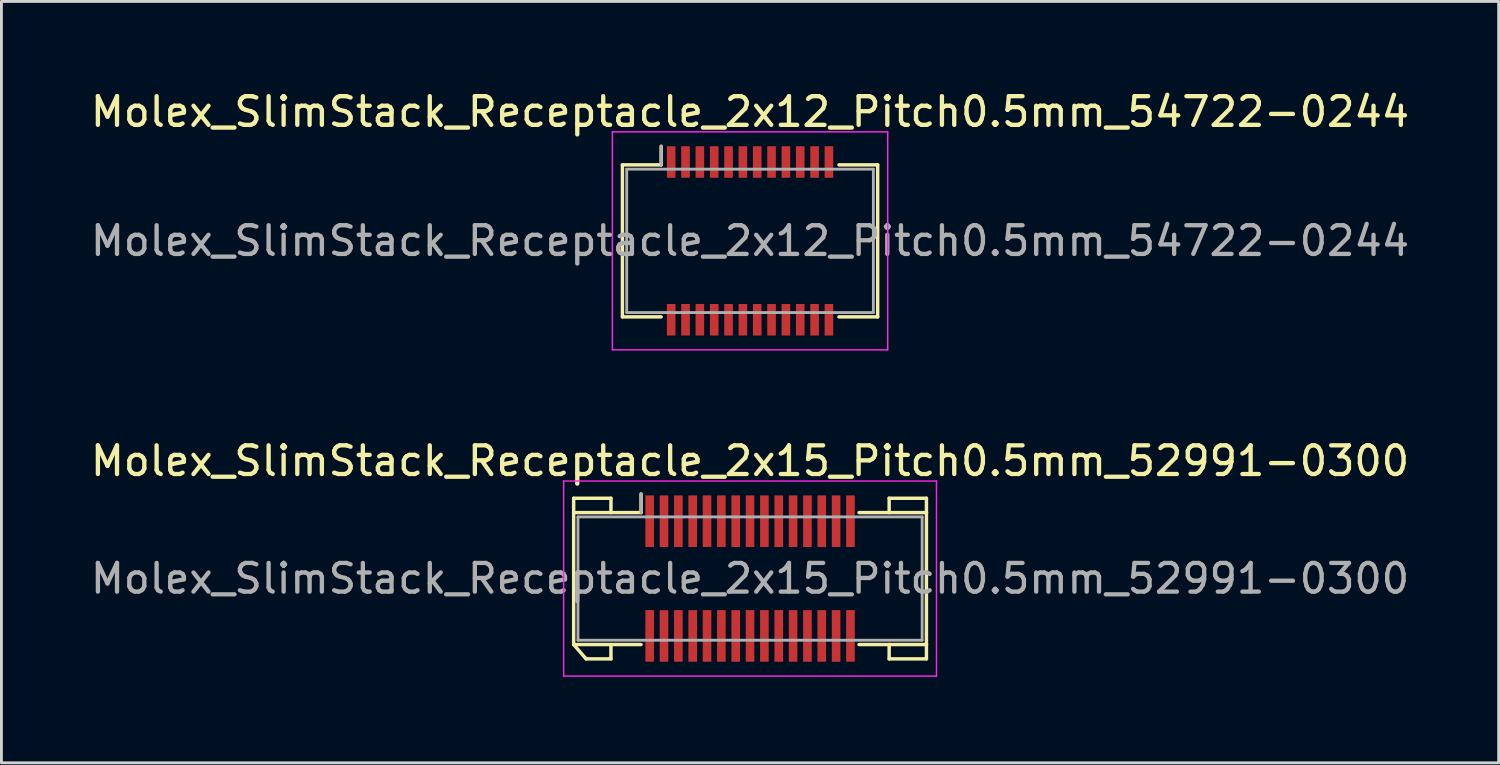
<source format=kicad_pcb>
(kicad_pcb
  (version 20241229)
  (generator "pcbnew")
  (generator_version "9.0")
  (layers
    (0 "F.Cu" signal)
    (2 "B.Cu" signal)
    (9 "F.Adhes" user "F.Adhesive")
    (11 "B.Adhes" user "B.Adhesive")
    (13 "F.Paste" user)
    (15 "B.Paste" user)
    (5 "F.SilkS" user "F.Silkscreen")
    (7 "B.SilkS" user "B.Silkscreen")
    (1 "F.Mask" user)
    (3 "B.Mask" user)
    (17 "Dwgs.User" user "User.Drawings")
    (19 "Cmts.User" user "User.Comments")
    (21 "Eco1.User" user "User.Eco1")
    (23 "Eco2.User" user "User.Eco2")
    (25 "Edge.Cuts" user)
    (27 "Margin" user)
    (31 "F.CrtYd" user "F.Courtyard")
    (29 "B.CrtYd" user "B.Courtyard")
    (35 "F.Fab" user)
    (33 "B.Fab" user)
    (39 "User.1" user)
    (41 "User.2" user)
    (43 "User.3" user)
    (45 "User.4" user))
  (footprint "Molex_SlimStack_Receptacle_2x15_Pitch0.5mm_52991-0300"
    (layer "F.Cu")
    (at 23.101 17.122)
    (property "Reference" "Molex_SlimStack_Receptacle_2x15_Pitch0.5mm_52991-0300" (at 0 -4.1 0) (layer "F.SilkS") (effects (font (size 1 1) (thickness 0.15))))
    (attr smd)
    (fp_line (start -6.15 -2.8) (end -4.85 -2.8) (stroke (width 0.12) (type solid)) (layer "F.SilkS"))
    (fp_line (start -6.15 -2.3) (end -6.15 -2.8) (stroke (width 0.12) (type solid)) (layer "F.SilkS"))
    (fp_line (start -6.15 -2.3) (end -3.8 -2.3) (stroke (width 0.12) (type solid)) (layer "F.SilkS"))
    (fp_line (start -6.15 2.3) (end -6.15 -2.3) (stroke (width 0.12) (type solid)) (layer "F.SilkS"))
    (fp_line (start -6.15 2.3) (end -5.717 2.8) (stroke (width 0.12) (type solid)) (layer "F.SilkS"))
    (fp_line (start -5.717 2.8) (end -4.85 2.8) (stroke (width 0.12) (type solid)) (layer "F.SilkS"))
    (fp_line (start -4.85 -2.8) (end -4.85 -2.3) (stroke (width 0.12) (type solid)) (layer "F.SilkS"))
    (fp_line (start -4.85 2.8) (end -4.85 2.3) (stroke (width 0.12) (type solid)) (layer "F.SilkS"))
    (fp_line (start -3.8 -2.3) (end -3.8 -2.95) (stroke (width 0.12) (type solid)) (layer "F.SilkS"))
    (fp_line (start -3.8 2.3) (end -6.15 2.3) (stroke (width 0.12) (type solid)) (layer "F.SilkS"))
    (fp_line (start 3.8 2.3) (end 6.15 2.3) (stroke (width 0.12) (type solid)) (layer "F.SilkS"))
    (fp_line (start 4.85 -2.8) (end 4.85 -2.3) (stroke (width 0.12) (type solid)) (layer "F.SilkS"))
    (fp_line (start 4.85 2.8) (end 4.85 2.3) (stroke (width 0.12) (type solid)) (layer "F.SilkS"))
    (fp_line (start 6.15 -2.8) (end 4.85 -2.8) (stroke (width 0.12) (type solid)) (layer "F.SilkS"))
    (fp_line (start 6.15 -2.3) (end 3.8 -2.3) (stroke (width 0.12) (type solid)) (layer "F.SilkS"))
    (fp_line (start 6.15 -2.3) (end 6.15 -2.8) (stroke (width 0.12) (type solid)) (layer "F.SilkS"))
    (fp_line (start 6.15 2.3) (end 6.15 -2.3) (stroke (width 0.12) (type solid)) (layer "F.SilkS"))
    (fp_line (start 6.15 2.3) (end 6.15 2.8) (stroke (width 0.12) (type solid)) (layer "F.SilkS"))
    (fp_line (start 6.15 2.8) (end 4.85 2.8) (stroke (width 0.12) (type solid)) (layer "F.SilkS"))
    (fp_line (start -6.5 -3.4) (end -6.5 3.4) (stroke (width 0.05) (type solid)) (layer "F.CrtYd"))
    (fp_line (start -6.5 3.4) (end 6.5 3.4) (stroke (width 0.05) (type solid)) (layer "F.CrtYd"))
    (fp_line (start 6.5 -3.4) (end -6.5 -3.4) (stroke (width 0.05) (type solid)) (layer "F.CrtYd"))
    (fp_line (start 6.5 3.4) (end 6.5 -3.4) (stroke (width 0.05) (type solid)) (layer "F.CrtYd"))
    (fp_line (start -6 -2.15) (end -6 2.15) (stroke (width 0.1) (type solid)) (layer "F.Fab"))
    (fp_line (start -6 2.15) (end 6 2.15) (stroke (width 0.1) (type solid)) (layer "F.Fab"))
    (fp_line (start -3.8 -2.3) (end -3.8 -2.95) (stroke (width 0.1) (type solid)) (layer "F.Fab"))
    (fp_line (start 6 -2.15) (end -6 -2.15) (stroke (width 0.1) (type solid)) (layer "F.Fab"))
    (fp_line (start 6 2.15) (end 6 -2.15) (stroke (width 0.1) (type solid)) (layer "F.Fab"))
    (fp_text user "${REFERENCE}" (at 0 0 0) (layer "F.Fab") (effects (font (size 1 1) (thickness 0.15))))
    (pad "1" smd rect (at -3.5 -2) (size 0.3 1.8) (layers "F.Cu" "F.Mask" "F.Paste"))
    (pad "2" smd rect (at -3.5 2) (size 0.3 1.8) (layers "F.Cu" "F.Mask" "F.Paste"))
    (pad "3" smd rect (at -3 -2) (size 0.3 1.8) (layers "F.Cu" "F.Mask" "F.Paste"))
    (pad "4" smd rect (at -3 2) (size 0.3 1.8) (layers "F.Cu" "F.Mask" "F.Paste"))
    (pad "5" smd rect (at -2.5 -2) (size 0.3 1.8) (layers "F.Cu" "F.Mask" "F.Paste"))
    (pad "6" smd rect (at -2.5 2) (size 0.3 1.8) (layers "F.Cu" "F.Mask" "F.Paste"))
    (pad "7" smd rect (at -2 -2) (size 0.3 1.8) (layers "F.Cu" "F.Mask" "F.Paste"))
    (pad "8" smd rect (at -2 2) (size 0.3 1.8) (layers "F.Cu" "F.Mask" "F.Paste"))
    (pad "9" smd rect (at -1.5 -2) (size 0.3 1.8) (layers "F.Cu" "F.Mask" "F.Paste"))
    (pad "10" smd rect (at -1.5 2) (size 0.3 1.8) (layers "F.Cu" "F.Mask" "F.Paste"))
    (pad "11" smd rect (at -1 -2) (size 0.3 1.8) (layers "F.Cu" "F.Mask" "F.Paste"))
    (pad "12" smd rect (at -1 2) (size 0.3 1.8) (layers "F.Cu" "F.Mask" "F.Paste"))
    (pad "13" smd rect (at -0.5 -2) (size 0.3 1.8) (layers "F.Cu" "F.Mask" "F.Paste"))
    (pad "14" smd rect (at -0.5 2) (size 0.3 1.8) (layers "F.Cu" "F.Mask" "F.Paste"))
    (pad "15" smd rect (at 0 -2) (size 0.3 1.8) (layers "F.Cu" "F.Mask" "F.Paste"))
    (pad "16" smd rect (at 0 2) (size 0.3 1.8) (layers "F.Cu" "F.Mask" "F.Paste"))
    (pad "17" smd rect (at 0.5 -2) (size 0.3 1.8) (layers "F.Cu" "F.Mask" "F.Paste"))
    (pad "18" smd rect (at 0.5 2) (size 0.3 1.8) (layers "F.Cu" "F.Mask" "F.Paste"))
    (pad "19" smd rect (at 1 -2) (size 0.3 1.8) (layers "F.Cu" "F.Mask" "F.Paste"))
    (pad "20" smd rect (at 1 2) (size 0.3 1.8) (layers "F.Cu" "F.Mask" "F.Paste"))
    (pad "21" smd rect (at 1.5 -2) (size 0.3 1.8) (layers "F.Cu" "F.Mask" "F.Paste"))
    (pad "22" smd rect (at 1.5 2) (size 0.3 1.8) (layers "F.Cu" "F.Mask" "F.Paste"))
    (pad "23" smd rect (at 2 -2) (size 0.3 1.8) (layers "F.Cu" "F.Mask" "F.Paste"))
    (pad "24" smd rect (at 2 2) (size 0.3 1.8) (layers "F.Cu" "F.Mask" "F.Paste"))
    (pad "25" smd rect (at 2.5 -2) (size 0.3 1.8) (layers "F.Cu" "F.Mask" "F.Paste"))
    (pad "26" smd rect (at 2.5 2) (size 0.3 1.8) (layers "F.Cu" "F.Mask" "F.Paste"))
    (pad "27" smd rect (at 3 -2) (size 0.3 1.8) (layers "F.Cu" "F.Mask" "F.Paste"))
    (pad "28" smd rect (at 3 2) (size 0.3 1.8) (layers "F.Cu" "F.Mask" "F.Paste"))
    (pad "29" smd rect (at 3.5 -2) (size 0.3 1.8) (layers "F.Cu" "F.Mask" "F.Paste"))
    (pad "30" smd rect (at 3.5 2) (size 0.3 1.8) (layers "F.Cu" "F.Mask" "F.Paste")))
  (footprint "Molex_SlimStack_Receptacle_2x12_Pitch0.5mm_54722-0244"
    (layer "F.Cu")
    (at 23.101 5.348)
    (property "Reference" "Molex_SlimStack_Receptacle_2x12_Pitch0.5mm_54722-0244" (at 0 -4.5 0) (layer "F.SilkS") (effects (font (size 1 1) (thickness 0.15))))
    (attr smd)
    (fp_line (start -4.45 -2.65) (end -3.1 -2.65) (stroke (width 0.12) (type solid)) (layer "F.SilkS"))
    (fp_line (start -4.45 2.65) (end -4.45 -2.65) (stroke (width 0.12) (type solid)) (layer "F.SilkS"))
    (fp_line (start -3.1 -2.65) (end -3.1 -3.3) (stroke (width 0.12) (type solid)) (layer "F.SilkS"))
    (fp_line (start -3.1 2.65) (end -4.45 2.65) (stroke (width 0.12) (type solid)) (layer "F.SilkS"))
    (fp_line (start 3.1 2.65) (end 4.45 2.65) (stroke (width 0.12) (type solid)) (layer "F.SilkS"))
    (fp_line (start 4.45 -2.65) (end 3.1 -2.65) (stroke (width 0.12) (type solid)) (layer "F.SilkS"))
    (fp_line (start 4.45 2.65) (end 4.45 -2.65) (stroke (width 0.12) (type solid)) (layer "F.SilkS"))
    (fp_line (start -4.8 -3.8) (end -4.8 3.8) (stroke (width 0.05) (type solid)) (layer "F.CrtYd"))
    (fp_line (start -4.8 3.8) (end 4.8 3.8) (stroke (width 0.05) (type solid)) (layer "F.CrtYd"))
    (fp_line (start 4.8 -3.8) (end -4.8 -3.8) (stroke (width 0.05) (type solid)) (layer "F.CrtYd"))
    (fp_line (start 4.8 3.8) (end 4.8 -3.8) (stroke (width 0.05) (type solid)) (layer "F.CrtYd"))
    (fp_line (start -4.3 -2.5) (end -4.3 2.5) (stroke (width 0.1) (type solid)) (layer "F.Fab"))
    (fp_line (start -4.3 2.5) (end 4.3 2.5) (stroke (width 0.1) (type solid)) (layer "F.Fab"))
    (fp_line (start -3.1 -2.65) (end -3.1 -3.3) (stroke (width 0.1) (type solid)) (layer "F.Fab"))
    (fp_line (start 4.3 -2.5) (end -4.3 -2.5) (stroke (width 0.1) (type solid)) (layer "F.Fab"))
    (fp_line (start 4.3 2.5) (end 4.3 -2.5) (stroke (width 0.1) (type solid)) (layer "F.Fab"))
    (fp_text user "${REFERENCE}" (at 0 0 0) (layer "F.Fab") (effects (font (size 1 1) (thickness 0.15))))
    (pad "1" smd rect (at -2.75 -2.75) (size 0.3 1.1) (layers "F.Cu" "F.Mask" "F.Paste"))
    (pad "2" smd rect (at -2.75 2.75) (size 0.3 1.1) (layers "F.Cu" "F.Mask" "F.Paste"))
    (pad "3" smd rect (at -2.25 -2.75) (size 0.3 1.1) (layers "F.Cu" "F.Mask" "F.Paste"))
    (pad "4" smd rect (at -2.25 2.75) (size 0.3 1.1) (layers "F.Cu" "F.Mask" "F.Paste"))
    (pad "5" smd rect (at -1.75 -2.75) (size 0.3 1.1) (layers "F.Cu" "F.Mask" "F.Paste"))
    (pad "6" smd rect (at -1.75 2.75) (size 0.3 1.1) (layers "F.Cu" "F.Mask" "F.Paste"))
    (pad "7" smd rect (at -1.25 -2.75) (size 0.3 1.1) (layers "F.Cu" "F.Mask" "F.Paste"))
    (pad "8" smd rect (at -1.25 2.75) (size 0.3 1.1) (layers "F.Cu" "F.Mask" "F.Paste"))
    (pad "9" smd rect (at -0.75 -2.75) (size 0.3 1.1) (layers "F.Cu" "F.Mask" "F.Paste"))
    (pad "10" smd rect (at -0.75 2.75) (size 0.3 1.1) (layers "F.Cu" "F.Mask" "F.Paste"))
    (pad "11" smd rect (at -0.25 -2.75) (size 0.3 1.1) (layers "F.Cu" "F.Mask" "F.Paste"))
    (pad "12" smd rect (at -0.25 2.75) (size 0.3 1.1) (layers "F.Cu" "F.Mask" "F.Paste"))
    (pad "13" smd rect (at 0.25 -2.75) (size 0.3 1.1) (layers "F.Cu" "F.Mask" "F.Paste"))
    (pad "14" smd rect (at 0.25 2.75) (size 0.3 1.1) (layers "F.Cu" "F.Mask" "F.Paste"))
    (pad "15" smd rect (at 0.75 -2.75) (size 0.3 1.1) (layers "F.Cu" "F.Mask" "F.Paste"))
    (pad "16" smd rect (at 0.75 2.75) (size 0.3 1.1) (layers "F.Cu" "F.Mask" "F.Paste"))
    (pad "17" smd rect (at 1.25 -2.75) (size 0.3 1.1) (layers "F.Cu" "F.Mask" "F.Paste"))
    (pad "18" smd rect (at 1.25 2.75) (size 0.3 1.1) (layers "F.Cu" "F.Mask" "F.Paste"))
    (pad "19" smd rect (at 1.75 -2.75) (size 0.3 1.1) (layers "F.Cu" "F.Mask" "F.Paste"))
    (pad "20" smd rect (at 1.75 2.75) (size 0.3 1.1) (layers "F.Cu" "F.Mask" "F.Paste"))
    (pad "21" smd rect (at 2.25 -2.75) (size 0.3 1.1) (layers "F.Cu" "F.Mask" "F.Paste"))
    (pad "22" smd rect (at 2.25 2.75) (size 0.3 1.1) (layers "F.Cu" "F.Mask" "F.Paste"))
    (pad "23" smd rect (at 2.75 -2.75) (size 0.3 1.1) (layers "F.Cu" "F.Mask" "F.Paste"))
    (pad "24" smd rect (at 2.75 2.75) (size 0.3 1.1) (layers "F.Cu" "F.Mask" "F.Paste")))
  (gr_rect
    (start -3 -3)
    (end 49.202 23.547)
    (stroke (width 0.1) (type default))
    (fill no)
    (layer "Edge.Cuts")))
</source>
